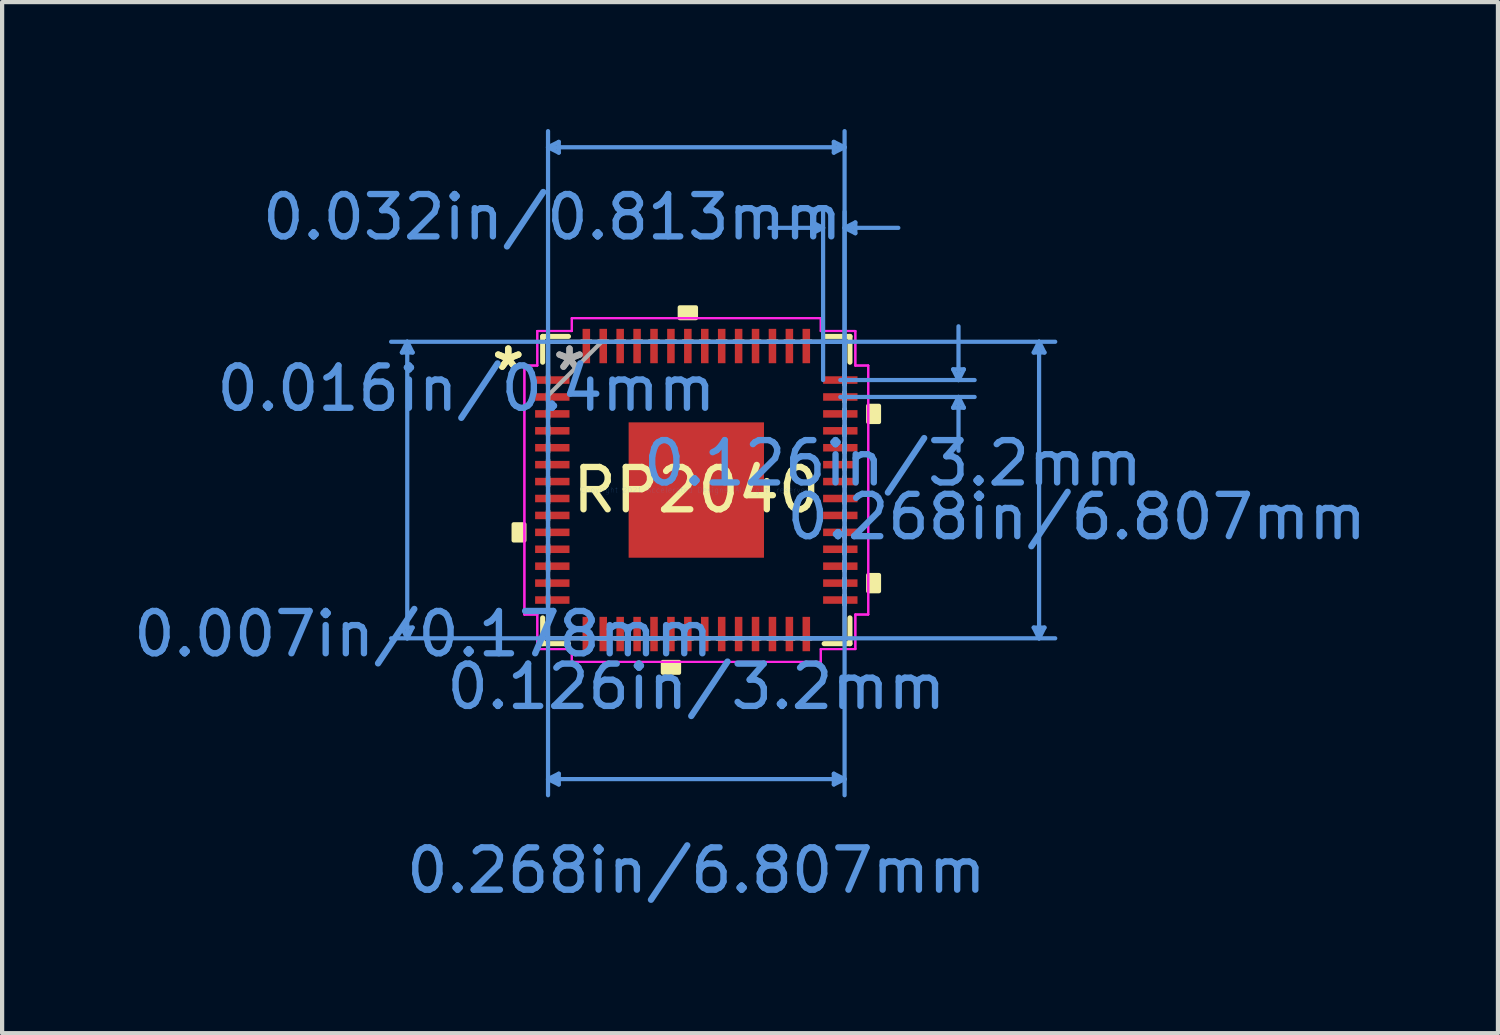
<source format=kicad_pcb>
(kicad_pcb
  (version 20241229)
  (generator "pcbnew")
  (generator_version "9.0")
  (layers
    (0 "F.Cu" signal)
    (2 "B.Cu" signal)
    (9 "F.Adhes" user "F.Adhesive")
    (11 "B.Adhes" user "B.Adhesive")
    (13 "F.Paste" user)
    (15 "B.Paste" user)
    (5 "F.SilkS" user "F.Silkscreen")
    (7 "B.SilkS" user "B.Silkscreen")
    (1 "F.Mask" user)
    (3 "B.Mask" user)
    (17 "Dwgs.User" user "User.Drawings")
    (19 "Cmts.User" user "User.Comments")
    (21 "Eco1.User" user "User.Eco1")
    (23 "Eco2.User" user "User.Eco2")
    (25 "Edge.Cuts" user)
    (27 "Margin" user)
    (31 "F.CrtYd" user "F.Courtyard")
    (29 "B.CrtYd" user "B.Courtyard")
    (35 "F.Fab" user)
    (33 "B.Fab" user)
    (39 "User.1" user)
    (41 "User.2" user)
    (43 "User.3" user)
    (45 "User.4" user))
  (footprint "RP2040"
    (layer "F.Cu")
    (at 13.41 8.534)
    (property "Reference" "RP2040" (at 0 0 0) (layer "F.SilkS") (effects (font (size 1 1) (thickness 0.15))))
    (attr through_hole)
    (fp_line (start -3.632 -3.632) (end -3.632 -3.022) (stroke (width 0.12) (type solid)) (layer "F.SilkS"))
    (fp_line (start -3.632 3.022) (end -3.632 3.632) (stroke (width 0.12) (type solid)) (layer "F.SilkS"))
    (fp_line (start -3.632 3.632) (end -3.022 3.632) (stroke (width 0.12) (type solid)) (layer "F.SilkS"))
    (fp_line (start -3.022 -3.632) (end -3.632 -3.632) (stroke (width 0.12) (type solid)) (layer "F.SilkS"))
    (fp_line (start 3.022 3.632) (end 3.632 3.632) (stroke (width 0.12) (type solid)) (layer "F.SilkS"))
    (fp_line (start 3.632 -3.632) (end 3.022 -3.632) (stroke (width 0.12) (type solid)) (layer "F.SilkS"))
    (fp_line (start 3.632 -3.022) (end 3.632 -3.632) (stroke (width 0.12) (type solid)) (layer "F.SilkS"))
    (fp_line (start 3.632 3.632) (end 3.632 3.022) (stroke (width 0.12) (type solid)) (layer "F.SilkS"))
    (fp_poly (pts (xy -4.318 0.81) (xy -4.318 1.191) (xy -4.064 1.191) (xy -4.064 0.81)) (stroke (width 0.1) (type solid)) (fill yes) (layer "F.SilkS"))
    (fp_poly (pts (xy -0.79 4.064) (xy -0.79 4.318) (xy -0.409 4.318) (xy -0.409 4.064)) (stroke (width 0.1) (type solid)) (fill yes) (layer "F.SilkS"))
    (fp_poly (pts (xy -0.391 -4.064) (xy -0.391 -4.318) (xy -0.009 -4.318) (xy -0.009 -4.064)) (stroke (width 0.1) (type solid)) (fill yes) (layer "F.SilkS"))
    (fp_poly (pts (xy 4.318 -1.99) (xy 4.318 -1.609) (xy 4.064 -1.609) (xy 4.064 -1.99)) (stroke (width 0.1) (type solid)) (fill yes) (layer "F.SilkS"))
    (fp_poly (pts (xy 4.318 2.01) (xy 4.318 2.391) (xy 4.064 2.391) (xy 4.064 2.01)) (stroke (width 0.1) (type solid)) (fill yes) (layer "F.SilkS"))
    (fp_poly (pts (xy -1.5 -1.5) (xy -1.5 -0.1) (xy -0.1 -0.1) (xy -0.1 -1.5)) (stroke (width 0.1) (type solid)) (fill yes) (layer "F.Paste"))
    (fp_poly (pts (xy -1.5 0.1) (xy -1.5 1.5) (xy -0.1 1.5) (xy -0.1 0.1)) (stroke (width 0.1) (type solid)) (fill yes) (layer "F.Paste"))
    (fp_poly (pts (xy 0.1 -1.5) (xy 0.1 -0.1) (xy 1.5 -0.1) (xy 1.5 -1.5)) (stroke (width 0.1) (type solid)) (fill yes) (layer "F.Paste"))
    (fp_poly (pts (xy 0.1 0.1) (xy 0.1 1.5) (xy 1.5 1.5) (xy 1.5 0.1)) (stroke (width 0.1) (type solid)) (fill yes) (layer "F.Paste"))
    (fp_line (start -6.96 -3.251) (end -6.706 -3.251) (stroke (width 0.1) (type solid)) (layer "Cmts.User"))
    (fp_line (start -6.96 3.251) (end -6.706 3.251) (stroke (width 0.1) (type solid)) (layer "Cmts.User"))
    (fp_line (start -6.833 -3.505) (end -6.96 -3.251) (stroke (width 0.1) (type solid)) (layer "Cmts.User"))
    (fp_line (start -6.833 -3.505) (end -6.833 3.505) (stroke (width 0.1) (type solid)) (layer "Cmts.User"))
    (fp_line (start -6.833 -3.505) (end -6.706 -3.251) (stroke (width 0.1) (type solid)) (layer "Cmts.User"))
    (fp_line (start -6.833 3.505) (end -6.96 3.251) (stroke (width 0.1) (type solid)) (layer "Cmts.User"))
    (fp_line (start -6.833 3.505) (end -6.706 3.251) (stroke (width 0.1) (type solid)) (layer "Cmts.User"))
    (fp_line (start -3.505 -8.103) (end -3.251 -8.23) (stroke (width 0.1) (type solid)) (layer "Cmts.User"))
    (fp_line (start -3.505 -8.103) (end -3.251 -7.976) (stroke (width 0.1) (type solid)) (layer "Cmts.User"))
    (fp_line (start -3.505 -8.103) (end 3.505 -8.103) (stroke (width 0.1) (type solid)) (layer "Cmts.User"))
    (fp_line (start -3.505 -3.505) (end -3.505 7.214) (stroke (width 0.1) (type solid)) (layer "Cmts.User"))
    (fp_line (start -3.505 -2.6) (end -3.505 -8.484) (stroke (width 0.1) (type solid)) (layer "Cmts.User"))
    (fp_line (start -3.505 6.833) (end -3.251 6.706) (stroke (width 0.1) (type solid)) (layer "Cmts.User"))
    (fp_line (start -3.505 6.833) (end -3.251 6.96) (stroke (width 0.1) (type solid)) (layer "Cmts.User"))
    (fp_line (start -3.505 6.833) (end 3.505 6.833) (stroke (width 0.1) (type solid)) (layer "Cmts.User"))
    (fp_line (start -3.251 -8.23) (end -3.251 -7.976) (stroke (width 0.1) (type solid)) (layer "Cmts.User"))
    (fp_line (start -3.251 6.706) (end -3.251 6.96) (stroke (width 0.1) (type solid)) (layer "Cmts.User"))
    (fp_line (start 2.6 -3.505) (end 8.484 -3.505) (stroke (width 0.1) (type solid)) (layer "Cmts.User"))
    (fp_line (start 2.6 3.505) (end 8.484 3.505) (stroke (width 0.1) (type solid)) (layer "Cmts.User"))
    (fp_line (start 2.743 -6.325) (end 2.743 -6.071) (stroke (width 0.1) (type solid)) (layer "Cmts.User"))
    (fp_line (start 2.997 -6.198) (end 1.727 -6.198) (stroke (width 0.1) (type solid)) (layer "Cmts.User"))
    (fp_line (start 2.997 -6.198) (end 2.743 -6.325) (stroke (width 0.1) (type solid)) (layer "Cmts.User"))
    (fp_line (start 2.997 -6.198) (end 2.743 -6.071) (stroke (width 0.1) (type solid)) (layer "Cmts.User"))
    (fp_line (start 2.997 -2.6) (end 2.997 -6.579) (stroke (width 0.1) (type solid)) (layer "Cmts.User"))
    (fp_line (start 3.251 -8.23) (end 3.251 -7.976) (stroke (width 0.1) (type solid)) (layer "Cmts.User"))
    (fp_line (start 3.251 6.706) (end 3.251 6.96) (stroke (width 0.1) (type solid)) (layer "Cmts.User"))
    (fp_line (start 3.404 -2.6) (end 6.579 -2.6) (stroke (width 0.1) (type solid)) (layer "Cmts.User"))
    (fp_line (start 3.404 -2.2) (end 6.579 -2.2) (stroke (width 0.1) (type solid)) (layer "Cmts.User"))
    (fp_line (start 3.505 -8.103) (end 3.251 -8.23) (stroke (width 0.1) (type solid)) (layer "Cmts.User"))
    (fp_line (start 3.505 -8.103) (end 3.251 -7.976) (stroke (width 0.1) (type solid)) (layer "Cmts.User"))
    (fp_line (start 3.505 -6.198) (end 3.759 -6.325) (stroke (width 0.1) (type solid)) (layer "Cmts.User"))
    (fp_line (start 3.505 -6.198) (end 3.759 -6.071) (stroke (width 0.1) (type solid)) (layer "Cmts.User"))
    (fp_line (start 3.505 -6.198) (end 4.775 -6.198) (stroke (width 0.1) (type solid)) (layer "Cmts.User"))
    (fp_line (start 3.505 -3.505) (end -7.214 -3.505) (stroke (width 0.1) (type solid)) (layer "Cmts.User"))
    (fp_line (start 3.505 -3.505) (end 3.505 7.214) (stroke (width 0.1) (type solid)) (layer "Cmts.User"))
    (fp_line (start 3.505 -2.6) (end 3.505 -8.484) (stroke (width 0.1) (type solid)) (layer "Cmts.User"))
    (fp_line (start 3.505 -2.6) (end 3.505 -6.579) (stroke (width 0.1) (type solid)) (layer "Cmts.User"))
    (fp_line (start 3.505 3.505) (end -7.214 3.505) (stroke (width 0.1) (type solid)) (layer "Cmts.User"))
    (fp_line (start 3.505 6.833) (end 3.251 6.706) (stroke (width 0.1) (type solid)) (layer "Cmts.User"))
    (fp_line (start 3.505 6.833) (end 3.251 6.96) (stroke (width 0.1) (type solid)) (layer "Cmts.User"))
    (fp_line (start 3.759 -6.325) (end 3.759 -6.071) (stroke (width 0.1) (type solid)) (layer "Cmts.User"))
    (fp_line (start 6.071 -2.854) (end 6.325 -2.854) (stroke (width 0.1) (type solid)) (layer "Cmts.User"))
    (fp_line (start 6.071 -1.946) (end 6.325 -1.946) (stroke (width 0.1) (type solid)) (layer "Cmts.User"))
    (fp_line (start 6.198 -2.6) (end 6.071 -2.854) (stroke (width 0.1) (type solid)) (layer "Cmts.User"))
    (fp_line (start 6.198 -2.6) (end 6.198 -3.87) (stroke (width 0.1) (type solid)) (layer "Cmts.User"))
    (fp_line (start 6.198 -2.6) (end 6.325 -2.854) (stroke (width 0.1) (type solid)) (layer "Cmts.User"))
    (fp_line (start 6.198 -2.2) (end 6.071 -1.946) (stroke (width 0.1) (type solid)) (layer "Cmts.User"))
    (fp_line (start 6.198 -2.2) (end 6.198 -0.93) (stroke (width 0.1) (type solid)) (layer "Cmts.User"))
    (fp_line (start 6.198 -2.2) (end 6.325 -1.946) (stroke (width 0.1) (type solid)) (layer "Cmts.User"))
    (fp_line (start 7.976 -3.251) (end 8.23 -3.251) (stroke (width 0.1) (type solid)) (layer "Cmts.User"))
    (fp_line (start 7.976 3.251) (end 8.23 3.251) (stroke (width 0.1) (type solid)) (layer "Cmts.User"))
    (fp_line (start 8.103 -3.505) (end 7.976 -3.251) (stroke (width 0.1) (type solid)) (layer "Cmts.User"))
    (fp_line (start 8.103 -3.505) (end 8.103 3.505) (stroke (width 0.1) (type solid)) (layer "Cmts.User"))
    (fp_line (start 8.103 -3.505) (end 8.23 -3.251) (stroke (width 0.1) (type solid)) (layer "Cmts.User"))
    (fp_line (start 8.103 3.505) (end 7.976 3.251) (stroke (width 0.1) (type solid)) (layer "Cmts.User"))
    (fp_line (start 8.103 3.505) (end 8.23 3.251) (stroke (width 0.1) (type solid)) (layer "Cmts.User"))
    (fp_line (start -4.064 -2.943) (end -3.759 -2.943) (stroke (width 0.05) (type solid)) (layer "F.CrtYd"))
    (fp_line (start -4.064 -2.943) (end -3.759 -2.943) (stroke (width 0.05) (type solid)) (layer "F.CrtYd"))
    (fp_line (start -4.064 2.943) (end -4.064 -2.943) (stroke (width 0.05) (type solid)) (layer "F.CrtYd"))
    (fp_line (start -4.064 2.943) (end -4.064 -2.943) (stroke (width 0.05) (type solid)) (layer "F.CrtYd"))
    (fp_line (start -3.759 -3.759) (end -2.943 -3.759) (stroke (width 0.05) (type solid)) (layer "F.CrtYd"))
    (fp_line (start -3.759 -3.759) (end -2.943 -3.759) (stroke (width 0.05) (type solid)) (layer "F.CrtYd"))
    (fp_line (start -3.759 -2.943) (end -3.759 -3.759) (stroke (width 0.05) (type solid)) (layer "F.CrtYd"))
    (fp_line (start -3.759 -2.943) (end -3.759 -3.759) (stroke (width 0.05) (type solid)) (layer "F.CrtYd"))
    (fp_line (start -3.759 2.943) (end -4.064 2.943) (stroke (width 0.05) (type solid)) (layer "F.CrtYd"))
    (fp_line (start -3.759 2.943) (end -4.064 2.943) (stroke (width 0.05) (type solid)) (layer "F.CrtYd"))
    (fp_line (start -3.759 3.759) (end -3.759 2.943) (stroke (width 0.05) (type solid)) (layer "F.CrtYd"))
    (fp_line (start -3.759 3.759) (end -3.759 2.943) (stroke (width 0.05) (type solid)) (layer "F.CrtYd"))
    (fp_line (start -2.943 -4.064) (end 2.943 -4.064) (stroke (width 0.05) (type solid)) (layer "F.CrtYd"))
    (fp_line (start -2.943 -4.064) (end 2.943 -4.064) (stroke (width 0.05) (type solid)) (layer "F.CrtYd"))
    (fp_line (start -2.943 -3.759) (end -2.943 -4.064) (stroke (width 0.05) (type solid)) (layer "F.CrtYd"))
    (fp_line (start -2.943 -3.759) (end -2.943 -4.064) (stroke (width 0.05) (type solid)) (layer "F.CrtYd"))
    (fp_line (start -2.943 3.759) (end -3.759 3.759) (stroke (width 0.05) (type solid)) (layer "F.CrtYd"))
    (fp_line (start -2.943 3.759) (end -3.759 3.759) (stroke (width 0.05) (type solid)) (layer "F.CrtYd"))
    (fp_line (start -2.943 4.064) (end -2.943 3.759) (stroke (width 0.05) (type solid)) (layer "F.CrtYd"))
    (fp_line (start -2.943 4.064) (end -2.943 3.759) (stroke (width 0.05) (type solid)) (layer "F.CrtYd"))
    (fp_line (start 2.943 -4.064) (end 2.943 -3.759) (stroke (width 0.05) (type solid)) (layer "F.CrtYd"))
    (fp_line (start 2.943 -4.064) (end 2.943 -3.759) (stroke (width 0.05) (type solid)) (layer "F.CrtYd"))
    (fp_line (start 2.943 -3.759) (end 3.759 -3.759) (stroke (width 0.05) (type solid)) (layer "F.CrtYd"))
    (fp_line (start 2.943 -3.759) (end 3.759 -3.759) (stroke (width 0.05) (type solid)) (layer "F.CrtYd"))
    (fp_line (start 2.943 3.759) (end 2.943 4.064) (stroke (width 0.05) (type solid)) (layer "F.CrtYd"))
    (fp_line (start 2.943 3.759) (end 2.943 4.064) (stroke (width 0.05) (type solid)) (layer "F.CrtYd"))
    (fp_line (start 2.943 4.064) (end -2.943 4.064) (stroke (width 0.05) (type solid)) (layer "F.CrtYd"))
    (fp_line (start 2.943 4.064) (end -2.943 4.064) (stroke (width 0.05) (type solid)) (layer "F.CrtYd"))
    (fp_line (start 3.759 -3.759) (end 3.759 -2.943) (stroke (width 0.05) (type solid)) (layer "F.CrtYd"))
    (fp_line (start 3.759 -3.759) (end 3.759 -2.943) (stroke (width 0.05) (type solid)) (layer "F.CrtYd"))
    (fp_line (start 3.759 -2.943) (end 4.064 -2.943) (stroke (width 0.05) (type solid)) (layer "F.CrtYd"))
    (fp_line (start 3.759 -2.943) (end 4.064 -2.943) (stroke (width 0.05) (type solid)) (layer "F.CrtYd"))
    (fp_line (start 3.759 2.943) (end 3.759 3.759) (stroke (width 0.05) (type solid)) (layer "F.CrtYd"))
    (fp_line (start 3.759 2.943) (end 3.759 3.759) (stroke (width 0.05) (type solid)) (layer "F.CrtYd"))
    (fp_line (start 3.759 3.759) (end 2.943 3.759) (stroke (width 0.05) (type solid)) (layer "F.CrtYd"))
    (fp_line (start 3.759 3.759) (end 2.943 3.759) (stroke (width 0.05) (type solid)) (layer "F.CrtYd"))
    (fp_line (start 4.064 -2.943) (end 4.064 2.943) (stroke (width 0.05) (type solid)) (layer "F.CrtYd"))
    (fp_line (start 4.064 -2.943) (end 4.064 2.943) (stroke (width 0.05) (type solid)) (layer "F.CrtYd"))
    (fp_line (start 4.064 2.943) (end 3.759 2.943) (stroke (width 0.05) (type solid)) (layer "F.CrtYd"))
    (fp_line (start 4.064 2.943) (end 3.759 2.943) (stroke (width 0.05) (type solid)) (layer "F.CrtYd"))
    (fp_line (start -3.505 -3.505) (end -3.505 -3.505) (stroke (width 0.1) (type solid)) (layer "F.Fab"))
    (fp_line (start -3.505 -3.505) (end -3.505 3.505) (stroke (width 0.1) (type solid)) (layer "F.Fab"))
    (fp_line (start -3.505 -2.714) (end -3.505 -2.714) (stroke (width 0.1) (type solid)) (layer "F.Fab"))
    (fp_line (start -3.505 -2.714) (end -3.505 -2.486) (stroke (width 0.1) (type solid)) (layer "F.Fab"))
    (fp_line (start -3.505 -2.486) (end -3.505 -2.714) (stroke (width 0.1) (type solid)) (layer "F.Fab"))
    (fp_line (start -3.505 -2.486) (end -3.505 -2.486) (stroke (width 0.1) (type solid)) (layer "F.Fab"))
    (fp_line (start -3.505 -2.314) (end -3.505 -2.314) (stroke (width 0.1) (type solid)) (layer "F.Fab"))
    (fp_line (start -3.505 -2.314) (end -3.505 -2.086) (stroke (width 0.1) (type solid)) (layer "F.Fab"))
    (fp_line (start -3.505 -2.235) (end -2.235 -3.505) (stroke (width 0.1) (type solid)) (layer "F.Fab"))
    (fp_line (start -3.505 -2.086) (end -3.505 -2.314) (stroke (width 0.1) (type solid)) (layer "F.Fab"))
    (fp_line (start -3.505 -2.086) (end -3.505 -2.086) (stroke (width 0.1) (type solid)) (layer "F.Fab"))
    (fp_line (start -3.505 -1.914) (end -3.505 -1.914) (stroke (width 0.1) (type solid)) (layer "F.Fab"))
    (fp_line (start -3.505 -1.914) (end -3.505 -1.686) (stroke (width 0.1) (type solid)) (layer "F.Fab"))
    (fp_line (start -3.505 -1.686) (end -3.505 -1.914) (stroke (width 0.1) (type solid)) (layer "F.Fab"))
    (fp_line (start -3.505 -1.686) (end -3.505 -1.686) (stroke (width 0.1) (type solid)) (layer "F.Fab"))
    (fp_line (start -3.505 -1.514) (end -3.505 -1.514) (stroke (width 0.1) (type solid)) (layer "F.Fab"))
    (fp_line (start -3.505 -1.514) (end -3.505 -1.286) (stroke (width 0.1) (type solid)) (layer "F.Fab"))
    (fp_line (start -3.505 -1.286) (end -3.505 -1.514) (stroke (width 0.1) (type solid)) (layer "F.Fab"))
    (fp_line (start -3.505 -1.286) (end -3.505 -1.286) (stroke (width 0.1) (type solid)) (layer "F.Fab"))
    (fp_line (start -3.505 -1.114) (end -3.505 -1.114) (stroke (width 0.1) (type solid)) (layer "F.Fab"))
    (fp_line (start -3.505 -1.114) (end -3.505 -0.886) (stroke (width 0.1) (type solid)) (layer "F.Fab"))
    (fp_line (start -3.505 -0.886) (end -3.505 -1.114) (stroke (width 0.1) (type solid)) (layer "F.Fab"))
    (fp_line (start -3.505 -0.886) (end -3.505 -0.886) (stroke (width 0.1) (type solid)) (layer "F.Fab"))
    (fp_line (start -3.505 -0.714) (end -3.505 -0.714) (stroke (width 0.1) (type solid)) (layer "F.Fab"))
    (fp_line (start -3.505 -0.714) (end -3.505 -0.486) (stroke (width 0.1) (type solid)) (layer "F.Fab"))
    (fp_line (start -3.505 -0.486) (end -3.505 -0.714) (stroke (width 0.1) (type solid)) (layer "F.Fab"))
    (fp_line (start -3.505 -0.486) (end -3.505 -0.486) (stroke (width 0.1) (type solid)) (layer "F.Fab"))
    (fp_line (start -3.505 -0.314) (end -3.505 -0.314) (stroke (width 0.1) (type solid)) (layer "F.Fab"))
    (fp_line (start -3.505 -0.314) (end -3.505 -0.086) (stroke (width 0.1) (type solid)) (layer "F.Fab"))
    (fp_line (start -3.505 -0.086) (end -3.505 -0.314) (stroke (width 0.1) (type solid)) (layer "F.Fab"))
    (fp_line (start -3.505 -0.086) (end -3.505 -0.086) (stroke (width 0.1) (type solid)) (layer "F.Fab"))
    (fp_line (start -3.505 0.086) (end -3.505 0.086) (stroke (width 0.1) (type solid)) (layer "F.Fab"))
    (fp_line (start -3.505 0.086) (end -3.505 0.314) (stroke (width 0.1) (type solid)) (layer "F.Fab"))
    (fp_line (start -3.505 0.314) (end -3.505 0.086) (stroke (width 0.1) (type solid)) (layer "F.Fab"))
    (fp_line (start -3.505 0.314) (end -3.505 0.314) (stroke (width 0.1) (type solid)) (layer "F.Fab"))
    (fp_line (start -3.505 0.486) (end -3.505 0.486) (stroke (width 0.1) (type solid)) (layer "F.Fab"))
    (fp_line (start -3.505 0.486) (end -3.505 0.714) (stroke (width 0.1) (type solid)) (layer "F.Fab"))
    (fp_line (start -3.505 0.714) (end -3.505 0.486) (stroke (width 0.1) (type solid)) (layer "F.Fab"))
    (fp_line (start -3.505 0.714) (end -3.505 0.714) (stroke (width 0.1) (type solid)) (layer "F.Fab"))
    (fp_line (start -3.505 0.886) (end -3.505 0.886) (stroke (width 0.1) (type solid)) (layer "F.Fab"))
    (fp_line (start -3.505 0.886) (end -3.505 1.114) (stroke (width 0.1) (type solid)) (layer "F.Fab"))
    (fp_line (start -3.505 1.114) (end -3.505 0.886) (stroke (width 0.1) (type solid)) (layer "F.Fab"))
    (fp_line (start -3.505 1.114) (end -3.505 1.114) (stroke (width 0.1) (type solid)) (layer "F.Fab"))
    (fp_line (start -3.505 1.286) (end -3.505 1.286) (stroke (width 0.1) (type solid)) (layer "F.Fab"))
    (fp_line (start -3.505 1.286) (end -3.505 1.514) (stroke (width 0.1) (type solid)) (layer "F.Fab"))
    (fp_line (start -3.505 1.514) (end -3.505 1.286) (stroke (width 0.1) (type solid)) (layer "F.Fab"))
    (fp_line (start -3.505 1.514) (end -3.505 1.514) (stroke (width 0.1) (type solid)) (layer "F.Fab"))
    (fp_line (start -3.505 1.686) (end -3.505 1.686) (stroke (width 0.1) (type solid)) (layer "F.Fab"))
    (fp_line (start -3.505 1.686) (end -3.505 1.914) (stroke (width 0.1) (type solid)) (layer "F.Fab"))
    (fp_line (start -3.505 1.914) (end -3.505 1.686) (stroke (width 0.1) (type solid)) (layer "F.Fab"))
    (fp_line (start -3.505 1.914) (end -3.505 1.914) (stroke (width 0.1) (type solid)) (layer "F.Fab"))
    (fp_line (start -3.505 2.086) (end -3.505 2.086) (stroke (width 0.1) (type solid)) (layer "F.Fab"))
    (fp_line (start -3.505 2.086) (end -3.505 2.314) (stroke (width 0.1) (type solid)) (layer "F.Fab"))
    (fp_line (start -3.505 2.314) (end -3.505 2.086) (stroke (width 0.1) (type solid)) (layer "F.Fab"))
    (fp_line (start -3.505 2.314) (end -3.505 2.314) (stroke (width 0.1) (type solid)) (layer "F.Fab"))
    (fp_line (start -3.505 2.486) (end -3.505 2.486) (stroke (width 0.1) (type solid)) (layer "F.Fab"))
    (fp_line (start -3.505 2.486) (end -3.505 2.714) (stroke (width 0.1) (type solid)) (layer "F.Fab"))
    (fp_line (start -3.505 2.714) (end -3.505 2.486) (stroke (width 0.1) (type solid)) (layer "F.Fab"))
    (fp_line (start -3.505 2.714) (end -3.505 2.714) (stroke (width 0.1) (type solid)) (layer "F.Fab"))
    (fp_line (start -3.505 3.505) (end -3.505 3.505) (stroke (width 0.1) (type solid)) (layer "F.Fab"))
    (fp_line (start -3.505 3.505) (end 3.505 3.505) (stroke (width 0.1) (type solid)) (layer "F.Fab"))
    (fp_line (start -2.714 -3.505) (end -2.714 -3.505) (stroke (width 0.1) (type solid)) (layer "F.Fab"))
    (fp_line (start -2.714 -3.505) (end -2.486 -3.505) (stroke (width 0.1) (type solid)) (layer "F.Fab"))
    (fp_line (start -2.714 3.505) (end -2.714 3.505) (stroke (width 0.1) (type solid)) (layer "F.Fab"))
    (fp_line (start -2.714 3.505) (end -2.486 3.505) (stroke (width 0.1) (type solid)) (layer "F.Fab"))
    (fp_line (start -2.486 -3.505) (end -2.714 -3.505) (stroke (width 0.1) (type solid)) (layer "F.Fab"))
    (fp_line (start -2.486 -3.505) (end -2.486 -3.505) (stroke (width 0.1) (type solid)) (layer "F.Fab"))
    (fp_line (start -2.486 3.505) (end -2.714 3.505) (stroke (width 0.1) (type solid)) (layer "F.Fab"))
    (fp_line (start -2.486 3.505) (end -2.486 3.505) (stroke (width 0.1) (type solid)) (layer "F.Fab"))
    (fp_line (start -2.314 -3.505) (end -2.314 -3.505) (stroke (width 0.1) (type solid)) (layer "F.Fab"))
    (fp_line (start -2.314 -3.505) (end -2.086 -3.505) (stroke (width 0.1) (type solid)) (layer "F.Fab"))
    (fp_line (start -2.314 3.505) (end -2.314 3.505) (stroke (width 0.1) (type solid)) (layer "F.Fab"))
    (fp_line (start -2.314 3.505) (end -2.086 3.505) (stroke (width 0.1) (type solid)) (layer "F.Fab"))
    (fp_line (start -2.086 -3.505) (end -2.314 -3.505) (stroke (width 0.1) (type solid)) (layer "F.Fab"))
    (fp_line (start -2.086 -3.505) (end -2.086 -3.505) (stroke (width 0.1) (type solid)) (layer "F.Fab"))
    (fp_line (start -2.086 3.505) (end -2.314 3.505) (stroke (width 0.1) (type solid)) (layer "F.Fab"))
    (fp_line (start -2.086 3.505) (end -2.086 3.505) (stroke (width 0.1) (type solid)) (layer "F.Fab"))
    (fp_line (start -1.914 -3.505) (end -1.914 -3.505) (stroke (width 0.1) (type solid)) (layer "F.Fab"))
    (fp_line (start -1.914 -3.505) (end -1.686 -3.505) (stroke (width 0.1) (type solid)) (layer "F.Fab"))
    (fp_line (start -1.914 3.505) (end -1.914 3.505) (stroke (width 0.1) (type solid)) (layer "F.Fab"))
    (fp_line (start -1.914 3.505) (end -1.686 3.505) (stroke (width 0.1) (type solid)) (layer "F.Fab"))
    (fp_line (start -1.686 -3.505) (end -1.914 -3.505) (stroke (width 0.1) (type solid)) (layer "F.Fab"))
    (fp_line (start -1.686 -3.505) (end -1.686 -3.505) (stroke (width 0.1) (type solid)) (layer "F.Fab"))
    (fp_line (start -1.686 3.505) (end -1.914 3.505) (stroke (width 0.1) (type solid)) (layer "F.Fab"))
    (fp_line (start -1.686 3.505) (end -1.686 3.505) (stroke (width 0.1) (type solid)) (layer "F.Fab"))
    (fp_line (start -1.514 -3.505) (end -1.514 -3.505) (stroke (width 0.1) (type solid)) (layer "F.Fab"))
    (fp_line (start -1.514 -3.505) (end -1.286 -3.505) (stroke (width 0.1) (type solid)) (layer "F.Fab"))
    (fp_line (start -1.514 3.505) (end -1.514 3.505) (stroke (width 0.1) (type solid)) (layer "F.Fab"))
    (fp_line (start -1.514 3.505) (end -1.286 3.505) (stroke (width 0.1) (type solid)) (layer "F.Fab"))
    (fp_line (start -1.286 -3.505) (end -1.514 -3.505) (stroke (width 0.1) (type solid)) (layer "F.Fab"))
    (fp_line (start -1.286 -3.505) (end -1.286 -3.505) (stroke (width 0.1) (type solid)) (layer "F.Fab"))
    (fp_line (start -1.286 3.505) (end -1.514 3.505) (stroke (width 0.1) (type solid)) (layer "F.Fab"))
    (fp_line (start -1.286 3.505) (end -1.286 3.505) (stroke (width 0.1) (type solid)) (layer "F.Fab"))
    (fp_line (start -1.114 -3.505) (end -1.114 -3.505) (stroke (width 0.1) (type solid)) (layer "F.Fab"))
    (fp_line (start -1.114 -3.505) (end -0.886 -3.505) (stroke (width 0.1) (type solid)) (layer "F.Fab"))
    (fp_line (start -1.114 3.505) (end -1.114 3.505) (stroke (width 0.1) (type solid)) (layer "F.Fab"))
    (fp_line (start -1.114 3.505) (end -0.886 3.505) (stroke (width 0.1) (type solid)) (layer "F.Fab"))
    (fp_line (start -0.886 -3.505) (end -1.114 -3.505) (stroke (width 0.1) (type solid)) (layer "F.Fab"))
    (fp_line (start -0.886 -3.505) (end -0.886 -3.505) (stroke (width 0.1) (type solid)) (layer "F.Fab"))
    (fp_line (start -0.886 3.505) (end -1.114 3.505) (stroke (width 0.1) (type solid)) (layer "F.Fab"))
    (fp_line (start -0.886 3.505) (end -0.886 3.505) (stroke (width 0.1) (type solid)) (layer "F.Fab"))
    (fp_line (start -0.714 -3.505) (end -0.714 -3.505) (stroke (width 0.1) (type solid)) (layer "F.Fab"))
    (fp_line (start -0.714 -3.505) (end -0.486 -3.505) (stroke (width 0.1) (type solid)) (layer "F.Fab"))
    (fp_line (start -0.714 3.505) (end -0.714 3.505) (stroke (width 0.1) (type solid)) (layer "F.Fab"))
    (fp_line (start -0.714 3.505) (end -0.486 3.505) (stroke (width 0.1) (type solid)) (layer "F.Fab"))
    (fp_line (start -0.486 -3.505) (end -0.714 -3.505) (stroke (width 0.1) (type solid)) (layer "F.Fab"))
    (fp_line (start -0.486 -3.505) (end -0.486 -3.505) (stroke (width 0.1) (type solid)) (layer "F.Fab"))
    (fp_line (start -0.486 3.505) (end -0.714 3.505) (stroke (width 0.1) (type solid)) (layer "F.Fab"))
    (fp_line (start -0.486 3.505) (end -0.486 3.505) (stroke (width 0.1) (type solid)) (layer "F.Fab"))
    (fp_line (start -0.314 -3.505) (end -0.314 -3.505) (stroke (width 0.1) (type solid)) (layer "F.Fab"))
    (fp_line (start -0.314 -3.505) (end -0.086 -3.505) (stroke (width 0.1) (type solid)) (layer "F.Fab"))
    (fp_line (start -0.314 3.505) (end -0.314 3.505) (stroke (width 0.1) (type solid)) (layer "F.Fab"))
    (fp_line (start -0.314 3.505) (end -0.086 3.505) (stroke (width 0.1) (type solid)) (layer "F.Fab"))
    (fp_line (start -0.086 -3.505) (end -0.314 -3.505) (stroke (width 0.1) (type solid)) (layer "F.Fab"))
    (fp_line (start -0.086 -3.505) (end -0.086 -3.505) (stroke (width 0.1) (type solid)) (layer "F.Fab"))
    (fp_line (start -0.086 3.505) (end -0.314 3.505) (stroke (width 0.1) (type solid)) (layer "F.Fab"))
    (fp_line (start -0.086 3.505) (end -0.086 3.505) (stroke (width 0.1) (type solid)) (layer "F.Fab"))
    (fp_line (start 0.086 -3.505) (end 0.086 -3.505) (stroke (width 0.1) (type solid)) (layer "F.Fab"))
    (fp_line (start 0.086 -3.505) (end 0.314 -3.505) (stroke (width 0.1) (type solid)) (layer "F.Fab"))
    (fp_line (start 0.086 3.505) (end 0.086 3.505) (stroke (width 0.1) (type solid)) (layer "F.Fab"))
    (fp_line (start 0.086 3.505) (end 0.314 3.505) (stroke (width 0.1) (type solid)) (layer "F.Fab"))
    (fp_line (start 0.314 -3.505) (end 0.086 -3.505) (stroke (width 0.1) (type solid)) (layer "F.Fab"))
    (fp_line (start 0.314 -3.505) (end 0.314 -3.505) (stroke (width 0.1) (type solid)) (layer "F.Fab"))
    (fp_line (start 0.314 3.505) (end 0.086 3.505) (stroke (width 0.1) (type solid)) (layer "F.Fab"))
    (fp_line (start 0.314 3.505) (end 0.314 3.505) (stroke (width 0.1) (type solid)) (layer "F.Fab"))
    (fp_line (start 0.486 -3.505) (end 0.486 -3.505) (stroke (width 0.1) (type solid)) (layer "F.Fab"))
    (fp_line (start 0.486 -3.505) (end 0.714 -3.505) (stroke (width 0.1) (type solid)) (layer "F.Fab"))
    (fp_line (start 0.486 3.505) (end 0.486 3.505) (stroke (width 0.1) (type solid)) (layer "F.Fab"))
    (fp_line (start 0.486 3.505) (end 0.714 3.505) (stroke (width 0.1) (type solid)) (layer "F.Fab"))
    (fp_line (start 0.714 -3.505) (end 0.486 -3.505) (stroke (width 0.1) (type solid)) (layer "F.Fab"))
    (fp_line (start 0.714 -3.505) (end 0.714 -3.505) (stroke (width 0.1) (type solid)) (layer "F.Fab"))
    (fp_line (start 0.714 3.505) (end 0.486 3.505) (stroke (width 0.1) (type solid)) (layer "F.Fab"))
    (fp_line (start 0.714 3.505) (end 0.714 3.505) (stroke (width 0.1) (type solid)) (layer "F.Fab"))
    (fp_line (start 0.886 -3.505) (end 0.886 -3.505) (stroke (width 0.1) (type solid)) (layer "F.Fab"))
    (fp_line (start 0.886 -3.505) (end 1.114 -3.505) (stroke (width 0.1) (type solid)) (layer "F.Fab"))
    (fp_line (start 0.886 3.505) (end 0.886 3.505) (stroke (width 0.1) (type solid)) (layer "F.Fab"))
    (fp_line (start 0.886 3.505) (end 1.114 3.505) (stroke (width 0.1) (type solid)) (layer "F.Fab"))
    (fp_line (start 1.114 -3.505) (end 0.886 -3.505) (stroke (width 0.1) (type solid)) (layer "F.Fab"))
    (fp_line (start 1.114 -3.505) (end 1.114 -3.505) (stroke (width 0.1) (type solid)) (layer "F.Fab"))
    (fp_line (start 1.114 3.505) (end 0.886 3.505) (stroke (width 0.1) (type solid)) (layer "F.Fab"))
    (fp_line (start 1.114 3.505) (end 1.114 3.505) (stroke (width 0.1) (type solid)) (layer "F.Fab"))
    (fp_line (start 1.286 -3.505) (end 1.286 -3.505) (stroke (width 0.1) (type solid)) (layer "F.Fab"))
    (fp_line (start 1.286 -3.505) (end 1.514 -3.505) (stroke (width 0.1) (type solid)) (layer "F.Fab"))
    (fp_line (start 1.286 3.505) (end 1.286 3.505) (stroke (width 0.1) (type solid)) (layer "F.Fab"))
    (fp_line (start 1.286 3.505) (end 1.514 3.505) (stroke (width 0.1) (type solid)) (layer "F.Fab"))
    (fp_line (start 1.514 -3.505) (end 1.286 -3.505) (stroke (width 0.1) (type solid)) (layer "F.Fab"))
    (fp_line (start 1.514 -3.505) (end 1.514 -3.505) (stroke (width 0.1) (type solid)) (layer "F.Fab"))
    (fp_line (start 1.514 3.505) (end 1.286 3.505) (stroke (width 0.1) (type solid)) (layer "F.Fab"))
    (fp_line (start 1.514 3.505) (end 1.514 3.505) (stroke (width 0.1) (type solid)) (layer "F.Fab"))
    (fp_line (start 1.686 -3.505) (end 1.686 -3.505) (stroke (width 0.1) (type solid)) (layer "F.Fab"))
    (fp_line (start 1.686 -3.505) (end 1.914 -3.505) (stroke (width 0.1) (type solid)) (layer "F.Fab"))
    (fp_line (start 1.686 3.505) (end 1.686 3.505) (stroke (width 0.1) (type solid)) (layer "F.Fab"))
    (fp_line (start 1.686 3.505) (end 1.914 3.505) (stroke (width 0.1) (type solid)) (layer "F.Fab"))
    (fp_line (start 1.914 -3.505) (end 1.686 -3.505) (stroke (width 0.1) (type solid)) (layer "F.Fab"))
    (fp_line (start 1.914 -3.505) (end 1.914 -3.505) (stroke (width 0.1) (type solid)) (layer "F.Fab"))
    (fp_line (start 1.914 3.505) (end 1.686 3.505) (stroke (width 0.1) (type solid)) (layer "F.Fab"))
    (fp_line (start 1.914 3.505) (end 1.914 3.505) (stroke (width 0.1) (type solid)) (layer "F.Fab"))
    (fp_line (start 2.086 -3.505) (end 2.086 -3.505) (stroke (width 0.1) (type solid)) (layer "F.Fab"))
    (fp_line (start 2.086 -3.505) (end 2.314 -3.505) (stroke (width 0.1) (type solid)) (layer "F.Fab"))
    (fp_line (start 2.086 3.505) (end 2.086 3.505) (stroke (width 0.1) (type solid)) (layer "F.Fab"))
    (fp_line (start 2.086 3.505) (end 2.314 3.505) (stroke (width 0.1) (type solid)) (layer "F.Fab"))
    (fp_line (start 2.314 -3.505) (end 2.086 -3.505) (stroke (width 0.1) (type solid)) (layer "F.Fab"))
    (fp_line (start 2.314 -3.505) (end 2.314 -3.505) (stroke (width 0.1) (type solid)) (layer "F.Fab"))
    (fp_line (start 2.314 3.505) (end 2.086 3.505) (stroke (width 0.1) (type solid)) (layer "F.Fab"))
    (fp_line (start 2.314 3.505) (end 2.314 3.505) (stroke (width 0.1) (type solid)) (layer "F.Fab"))
    (fp_line (start 2.486 -3.505) (end 2.486 -3.505) (stroke (width 0.1) (type solid)) (layer "F.Fab"))
    (fp_line (start 2.486 -3.505) (end 2.714 -3.505) (stroke (width 0.1) (type solid)) (layer "F.Fab"))
    (fp_line (start 2.486 3.505) (end 2.486 3.505) (stroke (width 0.1) (type solid)) (layer "F.Fab"))
    (fp_line (start 2.486 3.505) (end 2.714 3.505) (stroke (width 0.1) (type solid)) (layer "F.Fab"))
    (fp_line (start 2.714 -3.505) (end 2.486 -3.505) (stroke (width 0.1) (type solid)) (layer "F.Fab"))
    (fp_line (start 2.714 -3.505) (end 2.714 -3.505) (stroke (width 0.1) (type solid)) (layer "F.Fab"))
    (fp_line (start 2.714 3.505) (end 2.486 3.505) (stroke (width 0.1) (type solid)) (layer "F.Fab"))
    (fp_line (start 2.714 3.505) (end 2.714 3.505) (stroke (width 0.1) (type solid)) (layer "F.Fab"))
    (fp_line (start 3.505 -3.505) (end -3.505 -3.505) (stroke (width 0.1) (type solid)) (layer "F.Fab"))
    (fp_line (start 3.505 -3.505) (end 3.505 -3.505) (stroke (width 0.1) (type solid)) (layer "F.Fab"))
    (fp_line (start 3.505 -2.714) (end 3.505 -2.714) (stroke (width 0.1) (type solid)) (layer "F.Fab"))
    (fp_line (start 3.505 -2.714) (end 3.505 -2.486) (stroke (width 0.1) (type solid)) (layer "F.Fab"))
    (fp_line (start 3.505 -2.486) (end 3.505 -2.714) (stroke (width 0.1) (type solid)) (layer "F.Fab"))
    (fp_line (start 3.505 -2.486) (end 3.505 -2.486) (stroke (width 0.1) (type solid)) (layer "F.Fab"))
    (fp_line (start 3.505 -2.314) (end 3.505 -2.314) (stroke (width 0.1) (type solid)) (layer "F.Fab"))
    (fp_line (start 3.505 -2.314) (end 3.505 -2.086) (stroke (width 0.1) (type solid)) (layer "F.Fab"))
    (fp_line (start 3.505 -2.086) (end 3.505 -2.314) (stroke (width 0.1) (type solid)) (layer "F.Fab"))
    (fp_line (start 3.505 -2.086) (end 3.505 -2.086) (stroke (width 0.1) (type solid)) (layer "F.Fab"))
    (fp_line (start 3.505 -1.914) (end 3.505 -1.914) (stroke (width 0.1) (type solid)) (layer "F.Fab"))
    (fp_line (start 3.505 -1.914) (end 3.505 -1.686) (stroke (width 0.1) (type solid)) (layer "F.Fab"))
    (fp_line (start 3.505 -1.686) (end 3.505 -1.914) (stroke (width 0.1) (type solid)) (layer "F.Fab"))
    (fp_line (start 3.505 -1.686) (end 3.505 -1.686) (stroke (width 0.1) (type solid)) (layer "F.Fab"))
    (fp_line (start 3.505 -1.514) (end 3.505 -1.514) (stroke (width 0.1) (type solid)) (layer "F.Fab"))
    (fp_line (start 3.505 -1.514) (end 3.505 -1.286) (stroke (width 0.1) (type solid)) (layer "F.Fab"))
    (fp_line (start 3.505 -1.286) (end 3.505 -1.514) (stroke (width 0.1) (type solid)) (layer "F.Fab"))
    (fp_line (start 3.505 -1.286) (end 3.505 -1.286) (stroke (width 0.1) (type solid)) (layer "F.Fab"))
    (fp_line (start 3.505 -1.114) (end 3.505 -1.114) (stroke (width 0.1) (type solid)) (layer "F.Fab"))
    (fp_line (start 3.505 -1.114) (end 3.505 -0.886) (stroke (width 0.1) (type solid)) (layer "F.Fab"))
    (fp_line (start 3.505 -0.886) (end 3.505 -1.114) (stroke (width 0.1) (type solid)) (layer "F.Fab"))
    (fp_line (start 3.505 -0.886) (end 3.505 -0.886) (stroke (width 0.1) (type solid)) (layer "F.Fab"))
    (fp_line (start 3.505 -0.714) (end 3.505 -0.714) (stroke (width 0.1) (type solid)) (layer "F.Fab"))
    (fp_line (start 3.505 -0.714) (end 3.505 -0.486) (stroke (width 0.1) (type solid)) (layer "F.Fab"))
    (fp_line (start 3.505 -0.486) (end 3.505 -0.714) (stroke (width 0.1) (type solid)) (layer "F.Fab"))
    (fp_line (start 3.505 -0.486) (end 3.505 -0.486) (stroke (width 0.1) (type solid)) (layer "F.Fab"))
    (fp_line (start 3.505 -0.314) (end 3.505 -0.314) (stroke (width 0.1) (type solid)) (layer "F.Fab"))
    (fp_line (start 3.505 -0.314) (end 3.505 -0.086) (stroke (width 0.1) (type solid)) (layer "F.Fab"))
    (fp_line (start 3.505 -0.086) (end 3.505 -0.314) (stroke (width 0.1) (type solid)) (layer "F.Fab"))
    (fp_line (start 3.505 -0.086) (end 3.505 -0.086) (stroke (width 0.1) (type solid)) (layer "F.Fab"))
    (fp_line (start 3.505 0.086) (end 3.505 0.086) (stroke (width 0.1) (type solid)) (layer "F.Fab"))
    (fp_line (start 3.505 0.086) (end 3.505 0.314) (stroke (width 0.1) (type solid)) (layer "F.Fab"))
    (fp_line (start 3.505 0.314) (end 3.505 0.086) (stroke (width 0.1) (type solid)) (layer "F.Fab"))
    (fp_line (start 3.505 0.314) (end 3.505 0.314) (stroke (width 0.1) (type solid)) (layer "F.Fab"))
    (fp_line (start 3.505 0.486) (end 3.505 0.486) (stroke (width 0.1) (type solid)) (layer "F.Fab"))
    (fp_line (start 3.505 0.486) (end 3.505 0.714) (stroke (width 0.1) (type solid)) (layer "F.Fab"))
    (fp_line (start 3.505 0.714) (end 3.505 0.486) (stroke (width 0.1) (type solid)) (layer "F.Fab"))
    (fp_line (start 3.505 0.714) (end 3.505 0.714) (stroke (width 0.1) (type solid)) (layer "F.Fab"))
    (fp_line (start 3.505 0.886) (end 3.505 0.886) (stroke (width 0.1) (type solid)) (layer "F.Fab"))
    (fp_line (start 3.505 0.886) (end 3.505 1.114) (stroke (width 0.1) (type solid)) (layer "F.Fab"))
    (fp_line (start 3.505 1.114) (end 3.505 0.886) (stroke (width 0.1) (type solid)) (layer "F.Fab"))
    (fp_line (start 3.505 1.114) (end 3.505 1.114) (stroke (width 0.1) (type solid)) (layer "F.Fab"))
    (fp_line (start 3.505 1.286) (end 3.505 1.286) (stroke (width 0.1) (type solid)) (layer "F.Fab"))
    (fp_line (start 3.505 1.286) (end 3.505 1.514) (stroke (width 0.1) (type solid)) (layer "F.Fab"))
    (fp_line (start 3.505 1.514) (end 3.505 1.286) (stroke (width 0.1) (type solid)) (layer "F.Fab"))
    (fp_line (start 3.505 1.514) (end 3.505 1.514) (stroke (width 0.1) (type solid)) (layer "F.Fab"))
    (fp_line (start 3.505 1.686) (end 3.505 1.686) (stroke (width 0.1) (type solid)) (layer "F.Fab"))
    (fp_line (start 3.505 1.686) (end 3.505 1.914) (stroke (width 0.1) (type solid)) (layer "F.Fab"))
    (fp_line (start 3.505 1.914) (end 3.505 1.686) (stroke (width 0.1) (type solid)) (layer "F.Fab"))
    (fp_line (start 3.505 1.914) (end 3.505 1.914) (stroke (width 0.1) (type solid)) (layer "F.Fab"))
    (fp_line (start 3.505 2.086) (end 3.505 2.086) (stroke (width 0.1) (type solid)) (layer "F.Fab"))
    (fp_line (start 3.505 2.086) (end 3.505 2.314) (stroke (width 0.1) (type solid)) (layer "F.Fab"))
    (fp_line (start 3.505 2.314) (end 3.505 2.086) (stroke (width 0.1) (type solid)) (layer "F.Fab"))
    (fp_line (start 3.505 2.314) (end 3.505 2.314) (stroke (width 0.1) (type solid)) (layer "F.Fab"))
    (fp_line (start 3.505 2.486) (end 3.505 2.486) (stroke (width 0.1) (type solid)) (layer "F.Fab"))
    (fp_line (start 3.505 2.486) (end 3.505 2.714) (stroke (width 0.1) (type solid)) (layer "F.Fab"))
    (fp_line (start 3.505 2.714) (end 3.505 2.486) (stroke (width 0.1) (type solid)) (layer "F.Fab"))
    (fp_line (start 3.505 2.714) (end 3.505 2.714) (stroke (width 0.1) (type solid)) (layer "F.Fab"))
    (fp_line (start 3.505 3.505) (end 3.505 -3.505) (stroke (width 0.1) (type solid)) (layer "F.Fab"))
    (fp_line (start 3.505 3.505) (end 3.505 3.505) (stroke (width 0.1) (type solid)) (layer "F.Fab"))
    (fp_text user "*" (at -4.445 -2.8 0) (layer "F.SilkS") (effects (font (size 1 1) (thickness 0.15))))
    (fp_text user "*" (at -4.445 -2.8 0) (layer "F.SilkS") (effects (font (size 1 1) (thickness 0.15))))
    (fp_text user "0.007in/0.178mm" (at -6.452 3.404 0) (layer "Cmts.User") (effects (font (size 1 1) (thickness 0.15))))
    (fp_text user "0.268in/6.807mm" (at 0 8.992 0) (layer "Cmts.User") (effects (font (size 1 1) (thickness 0.15))))
    (fp_text user "0.126in/3.2mm" (at 0 4.648 0) (layer "Cmts.User") (effects (font (size 1 1) (thickness 0.15))))
    (fp_text user "0.016in/0.4mm" (at -5.436 -2.4 0) (layer "Cmts.User") (effects (font (size 1 1) (thickness 0.15))))
    (fp_text user "Copyright 2021 Accelerated Designs. All rights reserved." (at 0 0 0) (layer "Cmts.User") (effects (font (size 0.127 0.127) (thickness 0.002))))
    (fp_text user "0.032in/0.813mm" (at -3.404 -6.452 0) (layer "Cmts.User") (effects (font (size 1 1) (thickness 0.15))))
    (fp_text user "0.126in/3.2mm" (at 4.648 -0.635 0) (layer "Cmts.User") (effects (font (size 1 1) (thickness 0.15))))
    (fp_text user "0.268in/6.807mm" (at 8.992 0.635 0) (layer "Cmts.User") (effects (font (size 1 1) (thickness 0.15))))
    (fp_text user "*" (at -2.997 -2.8 0) (layer "F.Fab") (effects (font (size 1 1) (thickness 0.15))))
    (fp_text user "*" (at -2.997 -2.8 0) (layer "F.Fab") (effects (font (size 1 1) (thickness 0.15))))
    (pad "1" smd rect (at -3.404 -2.6 90) (size 0.178 0.813) (layers "F.Cu" "F.Mask" "F.Paste"))
    (pad "2" smd rect (at -3.404 -2.2 90) (size 0.178 0.813) (layers "F.Cu" "F.Mask" "F.Paste"))
    (pad "3" smd rect (at -3.404 -1.8 90) (size 0.178 0.813) (layers "F.Cu" "F.Mask" "F.Paste"))
    (pad "4" smd rect (at -3.404 -1.4 90) (size 0.178 0.813) (layers "F.Cu" "F.Mask" "F.Paste"))
    (pad "5" smd rect (at -3.404 -1 90) (size 0.178 0.813) (layers "F.Cu" "F.Mask" "F.Paste"))
    (pad "6" smd rect (at -3.404 -0.6 90) (size 0.178 0.813) (layers "F.Cu" "F.Mask" "F.Paste"))
    (pad "7" smd rect (at -3.404 -0.2 90) (size 0.178 0.813) (layers "F.Cu" "F.Mask" "F.Paste"))
    (pad "8" smd rect (at -3.404 0.2 90) (size 0.178 0.813) (layers "F.Cu" "F.Mask" "F.Paste"))
    (pad "9" smd rect (at -3.404 0.6 90) (size 0.178 0.813) (layers "F.Cu" "F.Mask" "F.Paste"))
    (pad "10" smd rect (at -3.404 1 90) (size 0.178 0.813) (layers "F.Cu" "F.Mask" "F.Paste"))
    (pad "11" smd rect (at -3.404 1.4 90) (size 0.178 0.813) (layers "F.Cu" "F.Mask" "F.Paste"))
    (pad "12" smd rect (at -3.404 1.8 90) (size 0.178 0.813) (layers "F.Cu" "F.Mask" "F.Paste"))
    (pad "13" smd rect (at -3.404 2.2 90) (size 0.178 0.813) (layers "F.Cu" "F.Mask" "F.Paste"))
    (pad "14" smd rect (at -3.404 2.6 90) (size 0.178 0.813) (layers "F.Cu" "F.Mask" "F.Paste"))
    (pad "15" smd rect (at -2.6 3.404) (size 0.178 0.813) (layers "F.Cu" "F.Mask" "F.Paste"))
    (pad "16" smd rect (at -2.2 3.404) (size 0.178 0.813) (layers "F.Cu" "F.Mask" "F.Paste"))
    (pad "17" smd rect (at -1.8 3.404) (size 0.178 0.813) (layers "F.Cu" "F.Mask" "F.Paste"))
    (pad "18" smd rect (at -1.4 3.404) (size 0.178 0.813) (layers "F.Cu" "F.Mask" "F.Paste"))
    (pad "19" smd rect (at -1 3.404) (size 0.178 0.813) (layers "F.Cu" "F.Mask" "F.Paste"))
    (pad "20" smd rect (at -0.6 3.404) (size 0.178 0.813) (layers "F.Cu" "F.Mask" "F.Paste"))
    (pad "21" smd rect (at -0.2 3.404) (size 0.178 0.813) (layers "F.Cu" "F.Mask" "F.Paste"))
    (pad "22" smd rect (at 0.2 3.404) (size 0.178 0.813) (layers "F.Cu" "F.Mask" "F.Paste"))
    (pad "23" smd rect (at 0.6 3.404) (size 0.178 0.813) (layers "F.Cu" "F.Mask" "F.Paste"))
    (pad "24" smd rect (at 1 3.404) (size 0.178 0.813) (layers "F.Cu" "F.Mask" "F.Paste"))
    (pad "25" smd rect (at 1.4 3.404) (size 0.178 0.813) (layers "F.Cu" "F.Mask" "F.Paste"))
    (pad "26" smd rect (at 1.8 3.404) (size 0.178 0.813) (layers "F.Cu" "F.Mask" "F.Paste"))
    (pad "27" smd rect (at 2.2 3.404) (size 0.178 0.813) (layers "F.Cu" "F.Mask" "F.Paste"))
    (pad "28" smd rect (at 2.6 3.404) (size 0.178 0.813) (layers "F.Cu" "F.Mask" "F.Paste"))
    (pad "29" smd rect (at 3.404 2.6 90) (size 0.178 0.813) (layers "F.Cu" "F.Mask" "F.Paste"))
    (pad "30" smd rect (at 3.404 2.2 90) (size 0.178 0.813) (layers "F.Cu" "F.Mask" "F.Paste"))
    (pad "31" smd rect (at 3.404 1.8 90) (size 0.178 0.813) (layers "F.Cu" "F.Mask" "F.Paste"))
    (pad "32" smd rect (at 3.404 1.4 90) (size 0.178 0.813) (layers "F.Cu" "F.Mask" "F.Paste"))
    (pad "33" smd rect (at 3.404 1 90) (size 0.178 0.813) (layers "F.Cu" "F.Mask" "F.Paste"))
    (pad "34" smd rect (at 3.404 0.6 90) (size 0.178 0.813) (layers "F.Cu" "F.Mask" "F.Paste"))
    (pad "35" smd rect (at 3.404 0.2 90) (size 0.178 0.813) (layers "F.Cu" "F.Mask" "F.Paste"))
    (pad "36" smd rect (at 3.404 -0.2 90) (size 0.178 0.813) (layers "F.Cu" "F.Mask" "F.Paste"))
    (pad "37" smd rect (at 3.404 -0.6 90) (size 0.178 0.813) (layers "F.Cu" "F.Mask" "F.Paste"))
    (pad "38" smd rect (at 3.404 -1 90) (size 0.178 0.813) (layers "F.Cu" "F.Mask" "F.Paste"))
    (pad "39" smd rect (at 3.404 -1.4 90) (size 0.178 0.813) (layers "F.Cu" "F.Mask" "F.Paste"))
    (pad "40" smd rect (at 3.404 -1.8 90) (size 0.178 0.813) (layers "F.Cu" "F.Mask" "F.Paste"))
    (pad "41" smd rect (at 3.404 -2.2 90) (size 0.178 0.813) (layers "F.Cu" "F.Mask" "F.Paste"))
    (pad "42" smd rect (at 3.404 -2.6 90) (size 0.178 0.813) (layers "F.Cu" "F.Mask" "F.Paste"))
    (pad "43" smd rect (at 2.6 -3.404) (size 0.178 0.813) (layers "F.Cu" "F.Mask" "F.Paste"))
    (pad "44" smd rect (at 2.2 -3.404) (size 0.178 0.813) (layers "F.Cu" "F.Mask" "F.Paste"))
    (pad "45" smd rect (at 1.8 -3.404) (size 0.178 0.813) (layers "F.Cu" "F.Mask" "F.Paste"))
    (pad "46" smd rect (at 1.4 -3.404) (size 0.178 0.813) (layers "F.Cu" "F.Mask" "F.Paste"))
    (pad "47" smd rect (at 1 -3.404) (size 0.178 0.813) (layers "F.Cu" "F.Mask" "F.Paste"))
    (pad "48" smd rect (at 0.6 -3.404) (size 0.178 0.813) (layers "F.Cu" "F.Mask" "F.Paste"))
    (pad "49" smd rect (at 0.2 -3.404) (size 0.178 0.813) (layers "F.Cu" "F.Mask" "F.Paste"))
    (pad "50" smd rect (at -0.2 -3.404) (size 0.178 0.813) (layers "F.Cu" "F.Mask" "F.Paste"))
    (pad "51" smd rect (at -0.6 -3.404) (size 0.178 0.813) (layers "F.Cu" "F.Mask" "F.Paste"))
    (pad "52" smd rect (at -1 -3.404) (size 0.178 0.813) (layers "F.Cu" "F.Mask" "F.Paste"))
    (pad "53" smd rect (at -1.4 -3.404) (size 0.178 0.813) (layers "F.Cu" "F.Mask" "F.Paste"))
    (pad "54" smd rect (at -1.8 -3.404) (size 0.178 0.813) (layers "F.Cu" "F.Mask" "F.Paste"))
    (pad "55" smd rect (at -2.2 -3.404) (size 0.178 0.813) (layers "F.Cu" "F.Mask" "F.Paste"))
    (pad "56" smd rect (at -2.6 -3.404) (size 0.178 0.813) (layers "F.Cu" "F.Mask" "F.Paste"))
    (pad "57" smd rect (at 0 0) (size 3.2 3.2) (layers "F.Cu" "F.Mask")))
  (gr_rect
    (start -3 -3)
    (end 32.36 21.373)
    (stroke (width 0.1) (type default))
    (fill no)
    (layer "Edge.Cuts")))
</source>
